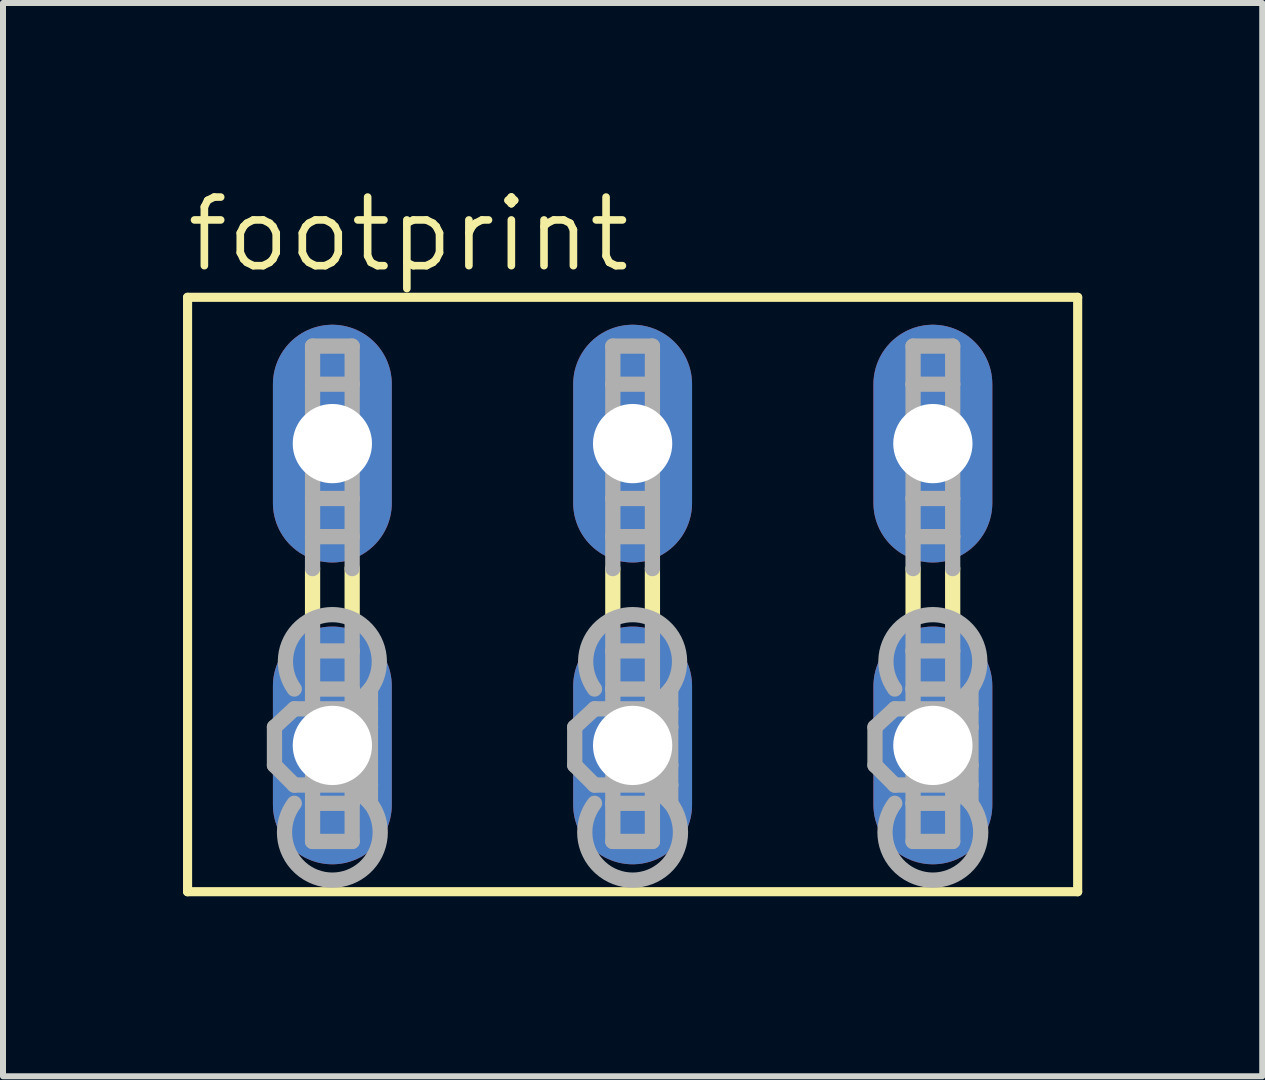
<source format=kicad_pcb>
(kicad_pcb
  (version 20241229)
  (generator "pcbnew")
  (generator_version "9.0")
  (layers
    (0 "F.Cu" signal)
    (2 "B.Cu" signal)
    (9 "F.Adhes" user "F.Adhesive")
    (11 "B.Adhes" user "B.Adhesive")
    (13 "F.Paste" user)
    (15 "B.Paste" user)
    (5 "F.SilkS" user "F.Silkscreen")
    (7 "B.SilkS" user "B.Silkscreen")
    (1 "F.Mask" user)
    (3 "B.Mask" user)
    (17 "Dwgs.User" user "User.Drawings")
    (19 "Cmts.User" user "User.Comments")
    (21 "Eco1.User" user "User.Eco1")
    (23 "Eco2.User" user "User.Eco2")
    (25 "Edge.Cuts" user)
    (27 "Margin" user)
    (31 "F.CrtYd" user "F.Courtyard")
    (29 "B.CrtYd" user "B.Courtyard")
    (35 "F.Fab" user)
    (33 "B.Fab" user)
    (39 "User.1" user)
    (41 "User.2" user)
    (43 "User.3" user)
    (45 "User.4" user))
  (footprint "footprint"
    (layer "F.Cu")
    (at 7.493 6.858)
    (property "Reference" "footprint" (at -7.493 -5.334 0) (layer "F.SilkS") (effects (font (size 1.143 1.143) (thickness 0.127)) (justify left bottom)))
    (fp_line (start -7.417 -4.953) (end -7.417 4.953) (stroke (width 0.152) (type solid)) (layer "F.SilkS"))
    (fp_line (start -7.417 -4.953) (end 7.417 -4.953) (stroke (width 0.152) (type solid)) (layer "F.SilkS"))
    (fp_line (start -5.334 0.432) (end -5.334 -0.432) (stroke (width 0.254) (type solid)) (layer "F.SilkS"))
    (fp_line (start -4.674 0.432) (end -4.674 -0.432) (stroke (width 0.254) (type solid)) (layer "F.SilkS"))
    (fp_line (start -0.33 0.432) (end -0.33 -0.432) (stroke (width 0.254) (type solid)) (layer "F.SilkS"))
    (fp_line (start 0.33 0.432) (end 0.33 -0.432) (stroke (width 0.254) (type solid)) (layer "F.SilkS"))
    (fp_line (start 4.674 0.432) (end 4.674 -0.432) (stroke (width 0.254) (type solid)) (layer "F.SilkS"))
    (fp_line (start 5.334 0.432) (end 5.334 -0.432) (stroke (width 0.254) (type solid)) (layer "F.SilkS"))
    (fp_line (start 7.417 4.953) (end -7.417 4.953) (stroke (width 0.152) (type solid)) (layer "F.SilkS"))
    (fp_line (start 7.417 4.953) (end 7.417 -4.953) (stroke (width 0.152) (type solid)) (layer "F.SilkS"))
    (fp_line (start -5.969 2.21) (end -5.639 1.905) (stroke (width 0.254) (type solid)) (layer "F.Fab"))
    (fp_line (start -5.969 2.845) (end -5.969 2.21) (stroke (width 0.254) (type solid)) (layer "F.Fab"))
    (fp_line (start -5.969 2.845) (end -5.639 3.175) (stroke (width 0.254) (type solid)) (layer "F.Fab"))
    (fp_line (start -5.334 -4.14) (end -4.674 -4.14) (stroke (width 0.254) (type solid)) (layer "F.Fab"))
    (fp_line (start -5.334 -3.505) (end -5.334 -4.14) (stroke (width 0.254) (type solid)) (layer "F.Fab"))
    (fp_line (start -5.334 -3.505) (end -5.334 -1.6) (stroke (width 0.254) (type solid)) (layer "F.Fab"))
    (fp_line (start -5.334 -1.6) (end -5.334 -0.965) (stroke (width 0.254) (type solid)) (layer "F.Fab"))
    (fp_line (start -5.334 -1.6) (end -4.674 -1.6) (stroke (width 0.254) (type solid)) (layer "F.Fab"))
    (fp_line (start -5.334 -0.965) (end -4.674 -0.965) (stroke (width 0.254) (type solid)) (layer "F.Fab"))
    (fp_line (start -5.334 -0.432) (end -5.334 -0.965) (stroke (width 0.254) (type solid)) (layer "F.Fab"))
    (fp_line (start -5.334 0.94) (end -5.334 0.432) (stroke (width 0.254) (type solid)) (layer "F.Fab"))
    (fp_line (start -5.334 0.94) (end -4.674 0.94) (stroke (width 0.254) (type solid)) (layer "F.Fab"))
    (fp_line (start -5.334 1.575) (end -5.334 0.94) (stroke (width 0.254) (type solid)) (layer "F.Fab"))
    (fp_line (start -5.334 1.575) (end -5.334 3.48) (stroke (width 0.254) (type solid)) (layer "F.Fab"))
    (fp_line (start -5.334 3.48) (end -5.334 4.115) (stroke (width 0.254) (type solid)) (layer "F.Fab"))
    (fp_line (start -5.334 3.48) (end -4.674 3.48) (stroke (width 0.254) (type solid)) (layer "F.Fab"))
    (fp_line (start -5.334 4.115) (end -4.674 4.115) (stroke (width 0.254) (type solid)) (layer "F.Fab"))
    (fp_line (start -4.674 -4.14) (end -4.674 -3.505) (stroke (width 0.254) (type solid)) (layer "F.Fab"))
    (fp_line (start -4.674 -3.505) (end -5.334 -3.505) (stroke (width 0.254) (type solid)) (layer "F.Fab"))
    (fp_line (start -4.674 -1.6) (end -4.674 -3.505) (stroke (width 0.254) (type solid)) (layer "F.Fab"))
    (fp_line (start -4.674 -0.965) (end -4.674 -1.6) (stroke (width 0.254) (type solid)) (layer "F.Fab"))
    (fp_line (start -4.674 -0.432) (end -4.674 -0.965) (stroke (width 0.254) (type solid)) (layer "F.Fab"))
    (fp_line (start -4.674 0.94) (end -4.674 0.432) (stroke (width 0.254) (type solid)) (layer "F.Fab"))
    (fp_line (start -4.674 0.94) (end -4.674 1.575) (stroke (width 0.254) (type solid)) (layer "F.Fab"))
    (fp_line (start -4.674 1.575) (end -5.334 1.575) (stroke (width 0.254) (type solid)) (layer "F.Fab"))
    (fp_line (start -4.674 1.905) (end -5.639 1.905) (stroke (width 0.254) (type solid)) (layer "F.Fab"))
    (fp_line (start -4.674 1.905) (end -4.674 1.575) (stroke (width 0.254) (type solid)) (layer "F.Fab"))
    (fp_line (start -4.674 1.905) (end -4.369 1.575) (stroke (width 0.254) (type solid)) (layer "F.Fab"))
    (fp_line (start -4.674 1.905) (end -4.369 2.21) (stroke (width 0.254) (type solid)) (layer "F.Fab"))
    (fp_line (start -4.674 3.175) (end -5.639 3.175) (stroke (width 0.254) (type solid)) (layer "F.Fab"))
    (fp_line (start -4.674 3.175) (end -4.674 1.905) (stroke (width 0.254) (type solid)) (layer "F.Fab"))
    (fp_line (start -4.674 3.175) (end -4.369 2.845) (stroke (width 0.254) (type solid)) (layer "F.Fab"))
    (fp_line (start -4.674 3.175) (end -4.369 3.48) (stroke (width 0.254) (type solid)) (layer "F.Fab"))
    (fp_line (start -4.674 3.48) (end -4.674 3.175) (stroke (width 0.254) (type solid)) (layer "F.Fab"))
    (fp_line (start -4.674 4.115) (end -4.674 3.48) (stroke (width 0.254) (type solid)) (layer "F.Fab"))
    (fp_line (start -4.369 1.905) (end -4.674 1.905) (stroke (width 0.254) (type solid)) (layer "F.Fab"))
    (fp_line (start -4.369 1.905) (end -4.369 1.575) (stroke (width 0.254) (type solid)) (layer "F.Fab"))
    (fp_line (start -4.369 2.21) (end -4.369 1.905) (stroke (width 0.254) (type solid)) (layer "F.Fab"))
    (fp_line (start -4.369 2.845) (end -4.369 2.21) (stroke (width 0.254) (type solid)) (layer "F.Fab"))
    (fp_line (start -4.369 3.175) (end -4.674 3.175) (stroke (width 0.254) (type solid)) (layer "F.Fab"))
    (fp_line (start -4.369 3.175) (end -4.369 2.845) (stroke (width 0.254) (type solid)) (layer "F.Fab"))
    (fp_line (start -4.369 3.48) (end -4.369 3.175) (stroke (width 0.254) (type solid)) (layer "F.Fab"))
    (fp_line (start -0.965 2.21) (end -0.635 1.905) (stroke (width 0.254) (type solid)) (layer "F.Fab"))
    (fp_line (start -0.965 2.845) (end -0.965 2.21) (stroke (width 0.254) (type solid)) (layer "F.Fab"))
    (fp_line (start -0.965 2.845) (end -0.635 3.175) (stroke (width 0.254) (type solid)) (layer "F.Fab"))
    (fp_line (start -0.33 -4.14) (end 0.33 -4.14) (stroke (width 0.254) (type solid)) (layer "F.Fab"))
    (fp_line (start -0.33 -3.505) (end -0.33 -4.14) (stroke (width 0.254) (type solid)) (layer "F.Fab"))
    (fp_line (start -0.33 -3.505) (end -0.33 -1.6) (stroke (width 0.254) (type solid)) (layer "F.Fab"))
    (fp_line (start -0.33 -1.6) (end -0.33 -0.965) (stroke (width 0.254) (type solid)) (layer "F.Fab"))
    (fp_line (start -0.33 -1.6) (end 0.33 -1.6) (stroke (width 0.254) (type solid)) (layer "F.Fab"))
    (fp_line (start -0.33 -0.965) (end 0.33 -0.965) (stroke (width 0.254) (type solid)) (layer "F.Fab"))
    (fp_line (start -0.33 -0.432) (end -0.33 -0.965) (stroke (width 0.254) (type solid)) (layer "F.Fab"))
    (fp_line (start -0.33 0.94) (end -0.33 0.432) (stroke (width 0.254) (type solid)) (layer "F.Fab"))
    (fp_line (start -0.33 0.94) (end 0.33 0.94) (stroke (width 0.254) (type solid)) (layer "F.Fab"))
    (fp_line (start -0.33 1.575) (end -0.33 0.94) (stroke (width 0.254) (type solid)) (layer "F.Fab"))
    (fp_line (start -0.33 1.575) (end -0.33 3.48) (stroke (width 0.254) (type solid)) (layer "F.Fab"))
    (fp_line (start -0.33 3.48) (end -0.33 4.115) (stroke (width 0.254) (type solid)) (layer "F.Fab"))
    (fp_line (start -0.33 3.48) (end 0.33 3.48) (stroke (width 0.254) (type solid)) (layer "F.Fab"))
    (fp_line (start -0.33 4.115) (end 0.33 4.115) (stroke (width 0.254) (type solid)) (layer "F.Fab"))
    (fp_line (start 0.33 -4.14) (end 0.33 -3.505) (stroke (width 0.254) (type solid)) (layer "F.Fab"))
    (fp_line (start 0.33 -3.505) (end -0.33 -3.505) (stroke (width 0.254) (type solid)) (layer "F.Fab"))
    (fp_line (start 0.33 -1.6) (end 0.33 -3.505) (stroke (width 0.254) (type solid)) (layer "F.Fab"))
    (fp_line (start 0.33 -0.965) (end 0.33 -1.6) (stroke (width 0.254) (type solid)) (layer "F.Fab"))
    (fp_line (start 0.33 -0.432) (end 0.33 -0.965) (stroke (width 0.254) (type solid)) (layer "F.Fab"))
    (fp_line (start 0.33 0.94) (end 0.33 0.432) (stroke (width 0.254) (type solid)) (layer "F.Fab"))
    (fp_line (start 0.33 0.94) (end 0.33 1.575) (stroke (width 0.254) (type solid)) (layer "F.Fab"))
    (fp_line (start 0.33 1.575) (end -0.33 1.575) (stroke (width 0.254) (type solid)) (layer "F.Fab"))
    (fp_line (start 0.33 1.905) (end -0.635 1.905) (stroke (width 0.254) (type solid)) (layer "F.Fab"))
    (fp_line (start 0.33 1.905) (end 0.33 1.575) (stroke (width 0.254) (type solid)) (layer "F.Fab"))
    (fp_line (start 0.33 1.905) (end 0.635 1.575) (stroke (width 0.254) (type solid)) (layer "F.Fab"))
    (fp_line (start 0.33 1.905) (end 0.635 2.21) (stroke (width 0.254) (type solid)) (layer "F.Fab"))
    (fp_line (start 0.33 3.175) (end -0.635 3.175) (stroke (width 0.254) (type solid)) (layer "F.Fab"))
    (fp_line (start 0.33 3.175) (end 0.33 1.905) (stroke (width 0.254) (type solid)) (layer "F.Fab"))
    (fp_line (start 0.33 3.175) (end 0.635 2.845) (stroke (width 0.254) (type solid)) (layer "F.Fab"))
    (fp_line (start 0.33 3.175) (end 0.635 3.48) (stroke (width 0.254) (type solid)) (layer "F.Fab"))
    (fp_line (start 0.33 3.48) (end 0.33 3.175) (stroke (width 0.254) (type solid)) (layer "F.Fab"))
    (fp_line (start 0.33 4.115) (end 0.33 3.48) (stroke (width 0.254) (type solid)) (layer "F.Fab"))
    (fp_line (start 0.635 1.905) (end 0.33 1.905) (stroke (width 0.254) (type solid)) (layer "F.Fab"))
    (fp_line (start 0.635 1.905) (end 0.635 1.575) (stroke (width 0.254) (type solid)) (layer "F.Fab"))
    (fp_line (start 0.635 2.21) (end 0.635 1.905) (stroke (width 0.254) (type solid)) (layer "F.Fab"))
    (fp_line (start 0.635 2.845) (end 0.635 2.21) (stroke (width 0.254) (type solid)) (layer "F.Fab"))
    (fp_line (start 0.635 3.175) (end 0.33 3.175) (stroke (width 0.254) (type solid)) (layer "F.Fab"))
    (fp_line (start 0.635 3.175) (end 0.635 2.845) (stroke (width 0.254) (type solid)) (layer "F.Fab"))
    (fp_line (start 0.635 3.48) (end 0.635 3.175) (stroke (width 0.254) (type solid)) (layer "F.Fab"))
    (fp_line (start 4.039 2.21) (end 4.369 1.905) (stroke (width 0.254) (type solid)) (layer "F.Fab"))
    (fp_line (start 4.039 2.845) (end 4.039 2.21) (stroke (width 0.254) (type solid)) (layer "F.Fab"))
    (fp_line (start 4.039 2.845) (end 4.369 3.175) (stroke (width 0.254) (type solid)) (layer "F.Fab"))
    (fp_line (start 4.674 -4.14) (end 5.334 -4.14) (stroke (width 0.254) (type solid)) (layer "F.Fab"))
    (fp_line (start 4.674 -3.505) (end 4.674 -4.14) (stroke (width 0.254) (type solid)) (layer "F.Fab"))
    (fp_line (start 4.674 -3.505) (end 4.674 -1.6) (stroke (width 0.254) (type solid)) (layer "F.Fab"))
    (fp_line (start 4.674 -1.6) (end 4.674 -0.965) (stroke (width 0.254) (type solid)) (layer "F.Fab"))
    (fp_line (start 4.674 -1.6) (end 5.334 -1.6) (stroke (width 0.254) (type solid)) (layer "F.Fab"))
    (fp_line (start 4.674 -0.965) (end 5.334 -0.965) (stroke (width 0.254) (type solid)) (layer "F.Fab"))
    (fp_line (start 4.674 -0.432) (end 4.674 -0.965) (stroke (width 0.254) (type solid)) (layer "F.Fab"))
    (fp_line (start 4.674 0.94) (end 4.674 0.432) (stroke (width 0.254) (type solid)) (layer "F.Fab"))
    (fp_line (start 4.674 0.94) (end 5.334 0.94) (stroke (width 0.254) (type solid)) (layer "F.Fab"))
    (fp_line (start 4.674 1.575) (end 4.674 0.94) (stroke (width 0.254) (type solid)) (layer "F.Fab"))
    (fp_line (start 4.674 1.575) (end 4.674 3.48) (stroke (width 0.254) (type solid)) (layer "F.Fab"))
    (fp_line (start 4.674 3.48) (end 4.674 4.115) (stroke (width 0.254) (type solid)) (layer "F.Fab"))
    (fp_line (start 4.674 3.48) (end 5.334 3.48) (stroke (width 0.254) (type solid)) (layer "F.Fab"))
    (fp_line (start 4.674 4.115) (end 5.334 4.115) (stroke (width 0.254) (type solid)) (layer "F.Fab"))
    (fp_line (start 5.334 -4.14) (end 5.334 -3.505) (stroke (width 0.254) (type solid)) (layer "F.Fab"))
    (fp_line (start 5.334 -3.505) (end 4.674 -3.505) (stroke (width 0.254) (type solid)) (layer "F.Fab"))
    (fp_line (start 5.334 -1.6) (end 5.334 -3.505) (stroke (width 0.254) (type solid)) (layer "F.Fab"))
    (fp_line (start 5.334 -0.965) (end 5.334 -1.6) (stroke (width 0.254) (type solid)) (layer "F.Fab"))
    (fp_line (start 5.334 -0.432) (end 5.334 -0.965) (stroke (width 0.254) (type solid)) (layer "F.Fab"))
    (fp_line (start 5.334 0.94) (end 5.334 0.432) (stroke (width 0.254) (type solid)) (layer "F.Fab"))
    (fp_line (start 5.334 0.94) (end 5.334 1.575) (stroke (width 0.254) (type solid)) (layer "F.Fab"))
    (fp_line (start 5.334 1.575) (end 4.674 1.575) (stroke (width 0.254) (type solid)) (layer "F.Fab"))
    (fp_line (start 5.334 1.905) (end 4.369 1.905) (stroke (width 0.254) (type solid)) (layer "F.Fab"))
    (fp_line (start 5.334 1.905) (end 5.334 1.575) (stroke (width 0.254) (type solid)) (layer "F.Fab"))
    (fp_line (start 5.334 1.905) (end 5.639 1.575) (stroke (width 0.254) (type solid)) (layer "F.Fab"))
    (fp_line (start 5.334 1.905) (end 5.639 2.21) (stroke (width 0.254) (type solid)) (layer "F.Fab"))
    (fp_line (start 5.334 3.175) (end 4.369 3.175) (stroke (width 0.254) (type solid)) (layer "F.Fab"))
    (fp_line (start 5.334 3.175) (end 5.334 1.905) (stroke (width 0.254) (type solid)) (layer "F.Fab"))
    (fp_line (start 5.334 3.175) (end 5.639 2.845) (stroke (width 0.254) (type solid)) (layer "F.Fab"))
    (fp_line (start 5.334 3.175) (end 5.639 3.48) (stroke (width 0.254) (type solid)) (layer "F.Fab"))
    (fp_line (start 5.334 3.48) (end 5.334 3.175) (stroke (width 0.254) (type solid)) (layer "F.Fab"))
    (fp_line (start 5.334 4.115) (end 5.334 3.48) (stroke (width 0.254) (type solid)) (layer "F.Fab"))
    (fp_line (start 5.639 1.905) (end 5.334 1.905) (stroke (width 0.254) (type solid)) (layer "F.Fab"))
    (fp_line (start 5.639 1.905) (end 5.639 1.575) (stroke (width 0.254) (type solid)) (layer "F.Fab"))
    (fp_line (start 5.639 2.21) (end 5.639 1.905) (stroke (width 0.254) (type solid)) (layer "F.Fab"))
    (fp_line (start 5.639 2.845) (end 5.639 2.21) (stroke (width 0.254) (type solid)) (layer "F.Fab"))
    (fp_line (start 5.639 3.175) (end 5.334 3.175) (stroke (width 0.254) (type solid)) (layer "F.Fab"))
    (fp_line (start 5.639 3.175) (end 5.639 2.845) (stroke (width 0.254) (type solid)) (layer "F.Fab"))
    (fp_line (start 5.639 3.48) (end 5.639 3.175) (stroke (width 0.254) (type solid)) (layer "F.Fab"))
    (fp_arc (start -5.6388 1.5748) (mid -5.003801 0.33513) (end -4.368799 1.574799) (stroke (width 0.254) (type solid)) (layer "F.Fab"))
    (fp_arc (start -4.3688 3.4798) (mid -5.0038 4.759976) (end -5.6388 3.4798) (stroke (width 0.254) (type solid)) (layer "F.Fab"))
    (fp_arc (start -0.635 1.5748) (mid -0.000001 0.33513) (end 0.635001 1.574799) (stroke (width 0.254) (type solid)) (layer "F.Fab"))
    (fp_arc (start 0.635 3.4798) (mid 0 4.759976) (end -0.635 3.4798) (stroke (width 0.254) (type solid)) (layer "F.Fab"))
    (fp_arc (start 4.3688 1.5748) (mid 5.003799 0.33513) (end 5.638801 1.574799) (stroke (width 0.254) (type solid)) (layer "F.Fab"))
    (fp_arc (start 5.6388 3.4798) (mid 5.0038 4.759976) (end 4.3688 3.4798) (stroke (width 0.254) (type solid)) (layer "F.Fab"))
    (pad "1" thru_hole oval (at -5.004 2.515 90) (size 3.962 1.981) (drill 1.321) (layers "*.Cu" "*.Mask"))
    (pad "2" thru_hole oval (at -5.004 -2.515 90) (size 3.962 1.981) (drill 1.321) (layers "*.Cu" "*.Mask"))
    (pad "3" thru_hole oval (at 0 2.515 90) (size 3.962 1.981) (drill 1.321) (layers "*.Cu" "*.Mask"))
    (pad "4" thru_hole oval (at 0 -2.515 90) (size 3.962 1.981) (drill 1.321) (layers "*.Cu" "*.Mask"))
    (pad "5" thru_hole oval (at 5.004 2.515 90) (size 3.962 1.981) (drill 1.321) (layers "*.Cu" "*.Mask"))
    (pad "6" thru_hole oval (at 5.004 -2.515 90) (size 3.962 1.981) (drill 1.321) (layers "*.Cu" "*.Mask")))
  (gr_rect
    (start -3 -3)
    (end 17.986 14.887)
    (stroke (width 0.1) (type default))
    (fill no)
    (layer "Edge.Cuts")))
</source>
